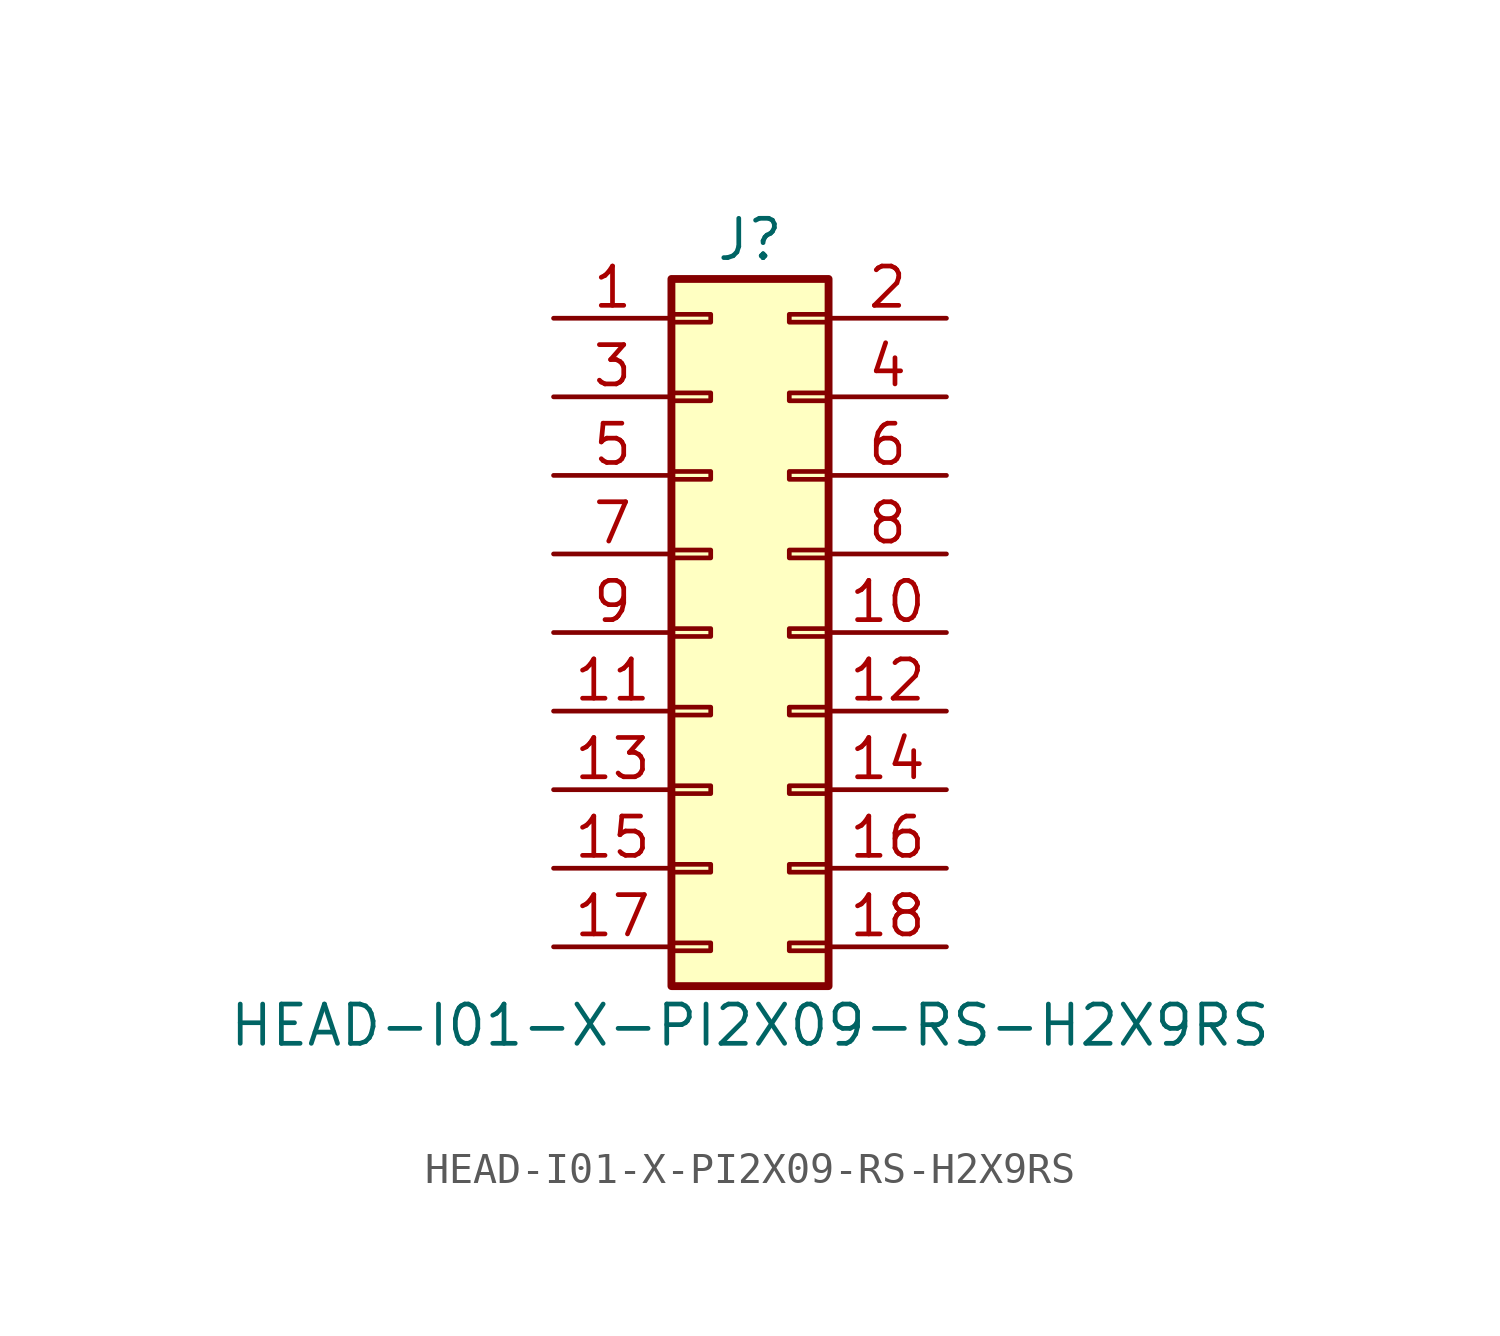
<source format=kicad_sym>
(kicad_symbol_lib
  (version 20211014)
  (generator kicad_symbol_editor)
  (symbol "HEAD-I01-X-PI2X09-RS-H2X9RS"
    (pin_names
      (offset 1.016) hide)
    (property "Reference" "J"
      (at 1.27 12.7 0)
      (effects (font (size 1.27 1.27))))
    (property "Value" "HEAD-I01-X-PI2X09-RS-H2X9RS"
      (at 1.27 -12.7 0)
      (effects (font (size 1.27 1.27))))
    (symbol "HEAD-I01-X-PI2X09-RS-H2X9RS_1_1"
      (rectangle (start -1.27 -10.033) (end 0 -10.287) (stroke (width 0.152) (type default) (color 0 0 0 0)) (fill (type none)))
      (rectangle (start -1.27 -7.493) (end 0 -7.747) (stroke (width 0.152) (type default) (color 0 0 0 0)) (fill (type none)))
      (rectangle (start -1.27 -4.953) (end 0 -5.207) (stroke (width 0.152) (type default) (color 0 0 0 0)) (fill (type none)))
      (rectangle (start -1.27 -2.413) (end 0 -2.667) (stroke (width 0.152) (type default) (color 0 0 0 0)) (fill (type none)))
      (rectangle (start -1.27 0.127) (end 0 -0.127) (stroke (width 0.152) (type default) (color 0 0 0 0)) (fill (type none)))
      (rectangle (start -1.27 2.667) (end 0 2.413) (stroke (width 0.152) (type default) (color 0 0 0 0)) (fill (type none)))
      (rectangle (start -1.27 5.207) (end 0 4.953) (stroke (width 0.152) (type default) (color 0 0 0 0)) (fill (type none)))
      (rectangle (start -1.27 7.747) (end 0 7.493) (stroke (width 0.152) (type default) (color 0 0 0 0)) (fill (type none)))
      (rectangle (start -1.27 10.287) (end 0 10.033) (stroke (width 0.152) (type default) (color 0 0 0 0)) (fill (type none)))
      (rectangle (start -1.27 11.43) (end 3.81 -11.43) (stroke (width 0.254) (type default) (color 0 0 0 0)) (fill (type background)))
      (rectangle (start 3.81 -10.033) (end 2.54 -10.287) (stroke (width 0.152) (type default) (color 0 0 0 0)) (fill (type none)))
      (rectangle (start 3.81 -7.493) (end 2.54 -7.747) (stroke (width 0.152) (type default) (color 0 0 0 0)) (fill (type none)))
      (rectangle (start 3.81 -4.953) (end 2.54 -5.207) (stroke (width 0.152) (type default) (color 0 0 0 0)) (fill (type none)))
      (rectangle (start 3.81 -2.413) (end 2.54 -2.667) (stroke (width 0.152) (type default) (color 0 0 0 0)) (fill (type none)))
      (rectangle (start 3.81 0.127) (end 2.54 -0.127) (stroke (width 0.152) (type default) (color 0 0 0 0)) (fill (type none)))
      (rectangle (start 3.81 2.667) (end 2.54 2.413) (stroke (width 0.152) (type default) (color 0 0 0 0)) (fill (type none)))
      (rectangle (start 3.81 5.207) (end 2.54 4.953) (stroke (width 0.152) (type default) (color 0 0 0 0)) (fill (type none)))
      (rectangle (start 3.81 7.747) (end 2.54 7.493) (stroke (width 0.152) (type default) (color 0 0 0 0)) (fill (type none)))
      (rectangle (start 3.81 10.287) (end 2.54 10.033) (stroke (width 0.152) (type default) (color 0 0 0 0)) (fill (type none)))
      (pin passive line (at -5.08 10.16 0) (length 3.81) (name "Pin_1" (effects (font (size 1.27 1.27)))) (number "1" (effects (font (size 1.27 1.27)))))
      (pin passive line (at 7.62 0 180) (length 3.81) (name "Pin_10" (effects (font (size 1.27 1.27)))) (number "10" (effects (font (size 1.27 1.27)))))
      (pin passive line (at -5.08 -2.54 0) (length 3.81) (name "Pin_11" (effects (font (size 1.27 1.27)))) (number "11" (effects (font (size 1.27 1.27)))))
      (pin passive line (at 7.62 -2.54 180) (length 3.81) (name "Pin_12" (effects (font (size 1.27 1.27)))) (number "12" (effects (font (size 1.27 1.27)))))
      (pin passive line (at -5.08 -5.08 0) (length 3.81) (name "Pin_13" (effects (font (size 1.27 1.27)))) (number "13" (effects (font (size 1.27 1.27)))))
      (pin passive line (at 7.62 -5.08 180) (length 3.81) (name "Pin_14" (effects (font (size 1.27 1.27)))) (number "14" (effects (font (size 1.27 1.27)))))
      (pin passive line (at -5.08 -7.62 0) (length 3.81) (name "Pin_15" (effects (font (size 1.27 1.27)))) (number "15" (effects (font (size 1.27 1.27)))))
      (pin passive line (at 7.62 -7.62 180) (length 3.81) (name "Pin_16" (effects (font (size 1.27 1.27)))) (number "16" (effects (font (size 1.27 1.27)))))
      (pin passive line (at -5.08 -10.16 0) (length 3.81) (name "Pin_17" (effects (font (size 1.27 1.27)))) (number "17" (effects (font (size 1.27 1.27)))))
      (pin passive line (at 7.62 -10.16 180) (length 3.81) (name "Pin_18" (effects (font (size 1.27 1.27)))) (number "18" (effects (font (size 1.27 1.27)))))
      (pin passive line (at 7.62 10.16 180) (length 3.81) (name "Pin_2" (effects (font (size 1.27 1.27)))) (number "2" (effects (font (size 1.27 1.27)))))
      (pin passive line (at -5.08 7.62 0) (length 3.81) (name "Pin_3" (effects (font (size 1.27 1.27)))) (number "3" (effects (font (size 1.27 1.27)))))
      (pin passive line (at 7.62 7.62 180) (length 3.81) (name "Pin_4" (effects (font (size 1.27 1.27)))) (number "4" (effects (font (size 1.27 1.27)))))
      (pin passive line (at -5.08 5.08 0) (length 3.81) (name "Pin_5" (effects (font (size 1.27 1.27)))) (number "5" (effects (font (size 1.27 1.27)))))
      (pin passive line (at 7.62 5.08 180) (length 3.81) (name "Pin_6" (effects (font (size 1.27 1.27)))) (number "6" (effects (font (size 1.27 1.27)))))
      (pin passive line (at -5.08 2.54 0) (length 3.81) (name "Pin_7" (effects (font (size 1.27 1.27)))) (number "7" (effects (font (size 1.27 1.27)))))
      (pin passive line (at 7.62 2.54 180) (length 3.81) (name "Pin_8" (effects (font (size 1.27 1.27)))) (number "8" (effects (font (size 1.27 1.27)))))
      (pin passive line (at -5.08 0 0) (length 3.81) (name "Pin_9" (effects (font (size 1.27 1.27)))) (number "9" (effects (font (size 1.27 1.27))))))))
</source>
